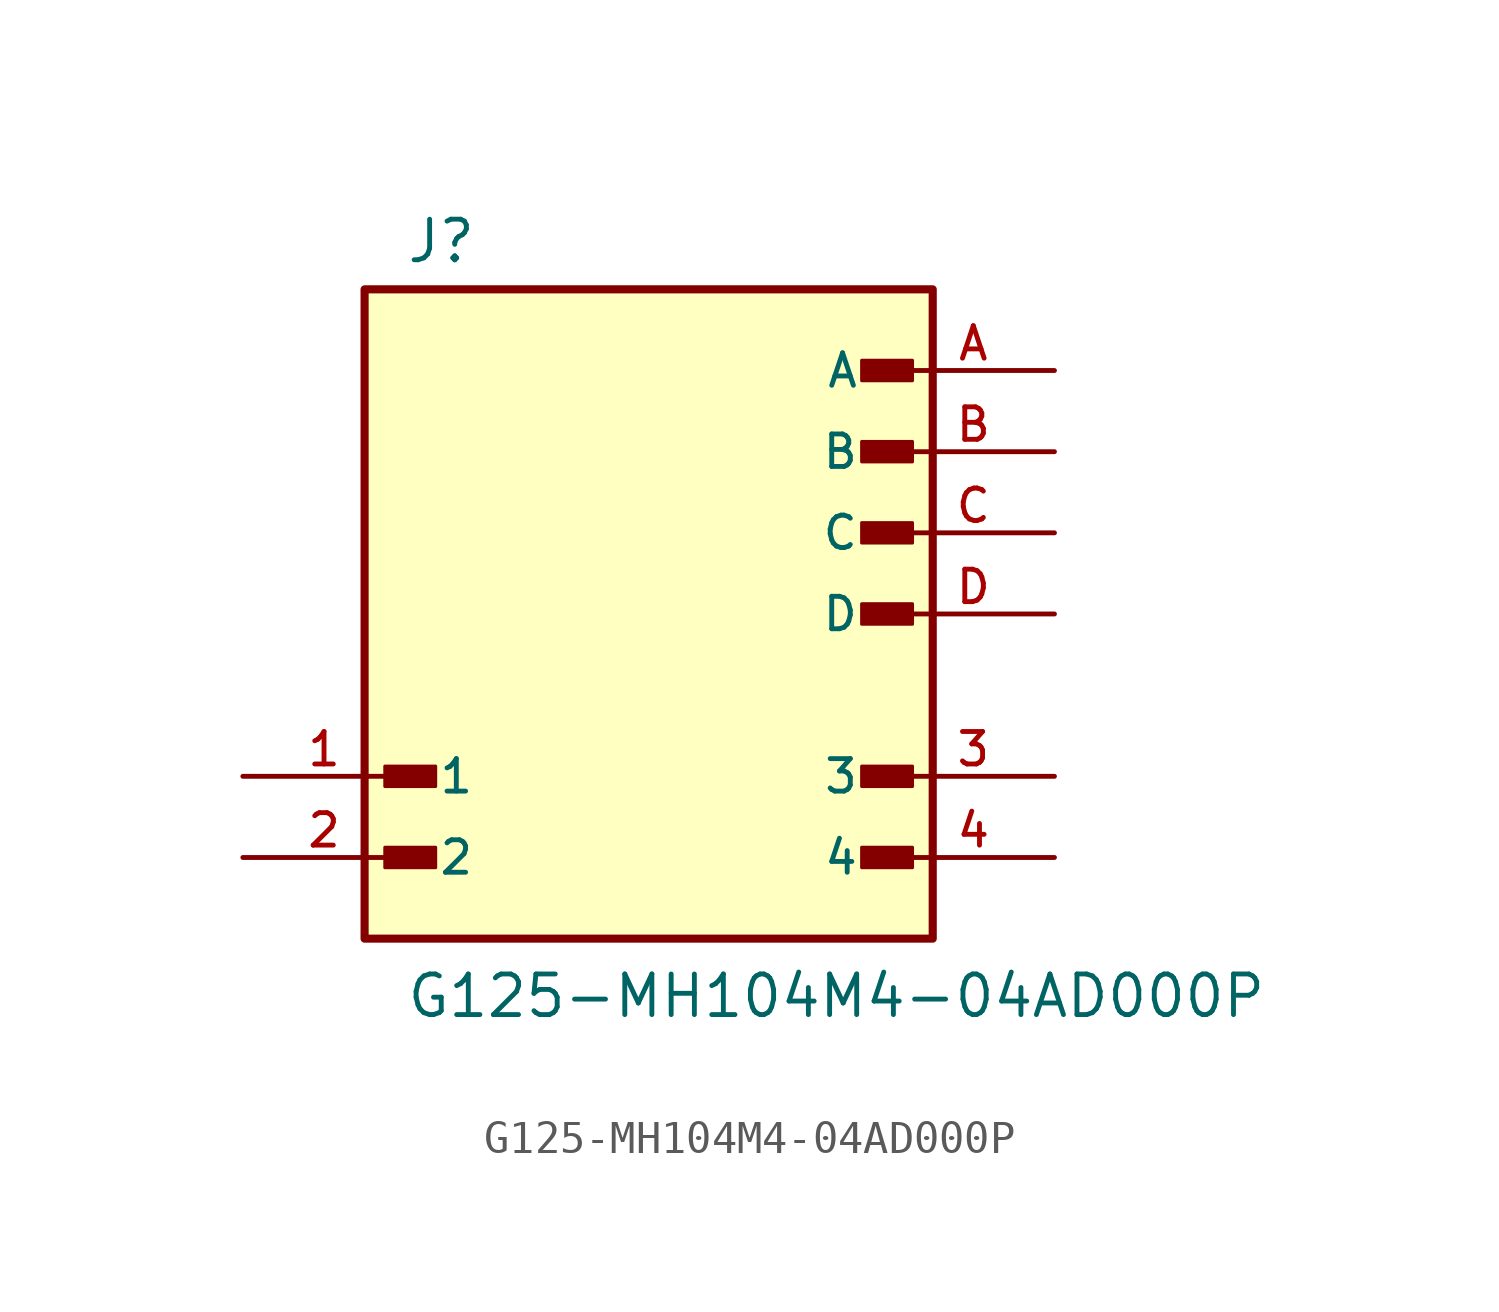
<source format=kicad_sym>
(kicad_symbol_lib
  (version 20211014)
  (generator kicad_symbol_editor)
  (symbol "G125-MH104M4-04AD000P"
    (pin_names
      (offset 1.016))
    (property "Reference" "J"
      (at -7.62 10.922 0)
      (effects (font (size 1.27 1.27)) (justify bottom left)))
    (property "Value" "G125-MH104M4-04AD000P"
      (at -7.62 -12.7 0)
      (effects (font (size 1.27 1.27)) (justify bottom left)))
    (symbol "G125-MH104M4-04AD000P_0_0"
      (rectangle (start -8.255 -5.397) (end -6.668 -4.763) (stroke (width 0.1)) (fill (type outline)))
      (rectangle (start -8.255 -7.938) (end -6.668 -7.303) (stroke (width 0.1)) (fill (type outline)))
      (rectangle (start 6.668 7.303) (end 8.255 7.938) (stroke (width 0.1)) (fill (type outline)))
      (rectangle (start 6.668 4.763) (end 8.255 5.397) (stroke (width 0.1)) (fill (type outline)))
      (rectangle (start 6.668 -5.397) (end 8.255 -4.763) (stroke (width 0.1)) (fill (type outline)))
      (rectangle (start 6.668 -7.938) (end 8.255 -7.303) (stroke (width 0.1)) (fill (type outline)))
      (rectangle (start 6.668 2.223) (end 8.255 2.857) (stroke (width 0.1)) (fill (type outline)))
      (rectangle (start 6.668 -0.318) (end 8.255 0.318) (stroke (width 0.1)) (fill (type outline)))
      (rectangle (start -8.89 -10.16) (end 8.89 10.16) (stroke (width 0.254)) (fill (type background)))
      (pin passive line (at -12.7 -5.08 0) (length 5.08) (name "1" (effects (font (size 1.016 1.016)))) (number "1" (effects (font (size 1.016 1.016)))))
      (pin passive line (at -12.7 -7.62 0) (length 5.08) (name "2" (effects (font (size 1.016 1.016)))) (number "2" (effects (font (size 1.016 1.016)))))
      (pin passive line (at 12.7 -5.08 180.0) (length 5.08) (name "3" (effects (font (size 1.016 1.016)))) (number "3" (effects (font (size 1.016 1.016)))))
      (pin passive line (at 12.7 -7.62 180.0) (length 5.08) (name "4" (effects (font (size 1.016 1.016)))) (number "4" (effects (font (size 1.016 1.016)))))
      (pin power_in line (at 12.7 7.62 180.0) (length 5.08) (name "A" (effects (font (size 1.016 1.016)))) (number "A" (effects (font (size 1.016 1.016)))))
      (pin power_in line (at 12.7 5.08 180.0) (length 5.08) (name "B" (effects (font (size 1.016 1.016)))) (number "B" (effects (font (size 1.016 1.016)))))
      (pin power_in line (at 12.7 2.54 180.0) (length 5.08) (name "C" (effects (font (size 1.016 1.016)))) (number "C" (effects (font (size 1.016 1.016)))))
      (pin power_in line (at 12.7 0.0 180.0) (length 5.08) (name "D" (effects (font (size 1.016 1.016)))) (number "D" (effects (font (size 1.016 1.016))))))))
</source>
